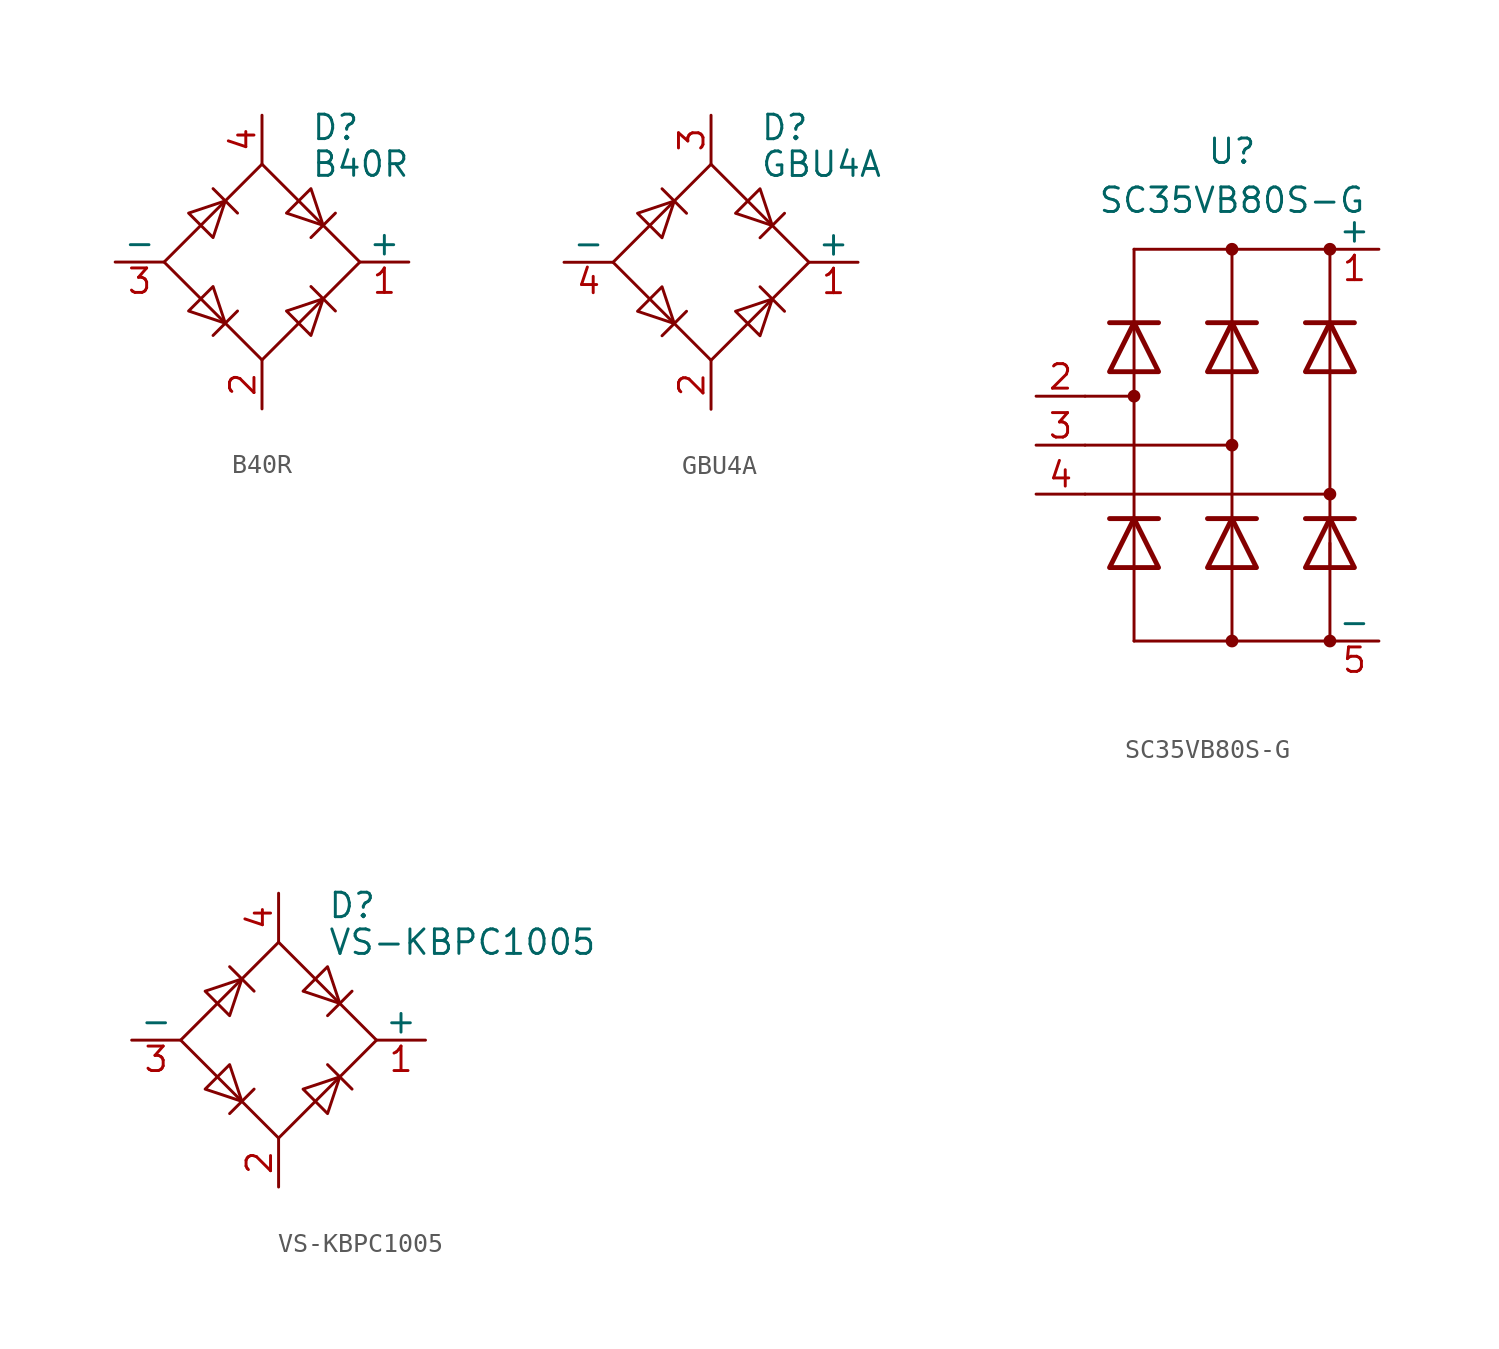
<source format=kicad_sym>
(kicad_symbol_lib
  (version 20231120)
  (generator "kicad_symbol_editor")
  (generator_version "8.0")
  (symbol "B40R"
    (pin_names
      (offset 0))
    (property "Reference" "D"
      (at 2.54 6.985 0)
      (effects (font (size 1.27 1.27)) (justify left)))
    (property "Value" "B40R"
      (at 2.54 5.08 0)
      (effects (font (size 1.27 1.27)) (justify left)))
    (symbol "B40R_0_1"
      (polyline (pts (xy -2.54 3.81) (xy -1.27 2.54)) (stroke (width 0) (type default)) (fill (type none)))
      (polyline (pts (xy -1.27 -2.54) (xy -2.54 -3.81)) (stroke (width 0) (type default)) (fill (type none)))
      (polyline (pts (xy 2.54 -1.27) (xy 3.81 -2.54)) (stroke (width 0) (type default)) (fill (type none)))
      (polyline (pts (xy 2.54 1.27) (xy 3.81 2.54)) (stroke (width 0) (type default)) (fill (type none)))
      (polyline (pts (xy -3.81 2.54) (xy -2.54 1.27) (xy -1.905 3.175) (xy -3.81 2.54)) (stroke (width 0) (type default)) (fill (type none)))
      (polyline (pts (xy -2.54 -1.27) (xy -3.81 -2.54) (xy -1.905 -3.175) (xy -2.54 -1.27)) (stroke (width 0) (type default)) (fill (type none)))
      (polyline (pts (xy 1.27 2.54) (xy 2.54 3.81) (xy 3.175 1.905) (xy 1.27 2.54)) (stroke (width 0) (type default)) (fill (type none)))
      (polyline (pts (xy 3.175 -1.905) (xy 1.27 -2.54) (xy 2.54 -3.81) (xy 3.175 -1.905)) (stroke (width 0) (type default)) (fill (type none)))
      (polyline (pts (xy -5.08 0) (xy 0 -5.08) (xy 5.08 0) (xy 0 5.08) (xy -5.08 0)) (stroke (width 0) (type default)) (fill (type none))))
    (symbol "B40R_1_1"
      (pin passive line (at 7.62 0 180) (length 2.54) (name "+" (effects (font (size 1.27 1.27)))) (number "1" (effects (font (size 1.27 1.27)))))
      (pin passive line (at 0 -7.62 90) (length 2.54) (name "~" (effects (font (size 1.27 1.27)))) (number "2" (effects (font (size 1.27 1.27)))))
      (pin passive line (at -7.62 0 0) (length 2.54) (name "-" (effects (font (size 1.27 1.27)))) (number "3" (effects (font (size 1.27 1.27)))))
      (pin passive line (at 0 7.62 270) (length 2.54) (name "~" (effects (font (size 1.27 1.27)))) (number "4" (effects (font (size 1.27 1.27)))))))
  (symbol "GBU4A"
    (pin_names
      (offset 0))
    (property "Reference" "D"
      (at 2.54 6.985 0)
      (effects (font (size 1.27 1.27)) (justify left)))
    (property "Value" "GBU4A"
      (at 2.54 5.08 0)
      (effects (font (size 1.27 1.27)) (justify left)))
    (symbol "GBU4A_0_1"
      (polyline (pts (xy -2.54 3.81) (xy -1.27 2.54)) (stroke (width 0) (type default)) (fill (type none)))
      (polyline (pts (xy -1.27 -2.54) (xy -2.54 -3.81)) (stroke (width 0) (type default)) (fill (type none)))
      (polyline (pts (xy 2.54 -1.27) (xy 3.81 -2.54)) (stroke (width 0) (type default)) (fill (type none)))
      (polyline (pts (xy 2.54 1.27) (xy 3.81 2.54)) (stroke (width 0) (type default)) (fill (type none)))
      (polyline (pts (xy -3.81 2.54) (xy -2.54 1.27) (xy -1.905 3.175) (xy -3.81 2.54)) (stroke (width 0) (type default)) (fill (type none)))
      (polyline (pts (xy -2.54 -1.27) (xy -3.81 -2.54) (xy -1.905 -3.175) (xy -2.54 -1.27)) (stroke (width 0) (type default)) (fill (type none)))
      (polyline (pts (xy 1.27 2.54) (xy 2.54 3.81) (xy 3.175 1.905) (xy 1.27 2.54)) (stroke (width 0) (type default)) (fill (type none)))
      (polyline (pts (xy 3.175 -1.905) (xy 1.27 -2.54) (xy 2.54 -3.81) (xy 3.175 -1.905)) (stroke (width 0) (type default)) (fill (type none)))
      (polyline (pts (xy -5.08 0) (xy 0 -5.08) (xy 5.08 0) (xy 0 5.08) (xy -5.08 0)) (stroke (width 0) (type default)) (fill (type none))))
    (symbol "GBU4A_1_1"
      (pin passive line (at 7.62 0 180) (length 2.54) (name "+" (effects (font (size 1.27 1.27)))) (number "1" (effects (font (size 1.27 1.27)))))
      (pin passive line (at 0 -7.62 90) (length 2.54) (name "~" (effects (font (size 1.27 1.27)))) (number "2" (effects (font (size 1.27 1.27)))))
      (pin passive line (at 0 7.62 270) (length 2.54) (name "~" (effects (font (size 1.27 1.27)))) (number "3" (effects (font (size 1.27 1.27)))))
      (pin passive line (at -7.62 0 0) (length 2.54) (name "-" (effects (font (size 1.27 1.27)))) (number "4" (effects (font (size 1.27 1.27)))))))
  (symbol "SC35VB80S-G"
    (pin_names
      (offset 0))
    (property "Reference" "U"
      (at 0 15.24 0)
      (effects (font (size 1.27 1.27))))
    (property "Value" "SC35VB80S-G"
      (at 0 12.7 0)
      (effects (font (size 1.27 1.27))))
    (symbol "SC35VB80S-G_1_1"
      (circle (center -5.08 2.54) (radius 0.254) (stroke (width 0) (type default)) (fill (type outline)))
      (circle (center 0 -10.16) (radius 0.254) (stroke (width 0) (type default)) (fill (type outline)))
      (polyline (pts (xy -7.62 -2.54) (xy 5.08 -2.54)) (stroke (width 0) (type default)) (fill (type none)))
      (polyline (pts (xy -7.62 0) (xy 0 0)) (stroke (width 0) (type default)) (fill (type none)))
      (polyline (pts (xy -7.62 2.54) (xy -5.08 2.54)) (stroke (width 0) (type default)) (fill (type none)))
      (polyline (pts (xy -5.08 -10.16) (xy 5.08 -10.16)) (stroke (width 0) (type default)) (fill (type none)))
      (polyline (pts (xy -5.08 -6.35) (xy -5.08 -10.16)) (stroke (width 0) (type default)) (fill (type none)))
      (polyline (pts (xy -5.08 -6.35) (xy -5.08 -3.81)) (stroke (width 0) (type default)) (fill (type none)))
      (polyline (pts (xy -5.08 3.81) (xy -5.08 -3.81)) (stroke (width 0) (type default)) (fill (type none)))
      (polyline (pts (xy -5.08 3.81) (xy -5.08 6.35)) (stroke (width 0) (type default)) (fill (type none)))
      (polyline (pts (xy -5.08 10.16) (xy -5.08 6.35)) (stroke (width 0) (type default)) (fill (type none)))
      (polyline (pts (xy -5.08 10.16) (xy 5.08 10.16)) (stroke (width 0) (type default)) (fill (type none)))
      (polyline (pts (xy -3.81 -3.81) (xy -6.35 -3.81)) (stroke (width 0.254) (type default)) (fill (type none)))
      (polyline (pts (xy -3.81 6.35) (xy -6.35 6.35)) (stroke (width 0.254) (type default)) (fill (type none)))
      (polyline (pts (xy 0 -6.35) (xy 0 -10.16)) (stroke (width 0) (type default)) (fill (type none)))
      (polyline (pts (xy 0 -6.35) (xy 0 -3.81)) (stroke (width 0) (type default)) (fill (type none)))
      (polyline (pts (xy 0 3.81) (xy 0 -3.81)) (stroke (width 0) (type default)) (fill (type none)))
      (polyline (pts (xy 0 3.81) (xy 0 6.35)) (stroke (width 0) (type default)) (fill (type none)))
      (polyline (pts (xy 0 6.35) (xy 0 10.16)) (stroke (width 0) (type default)) (fill (type none)))
      (polyline (pts (xy 1.27 -3.81) (xy -1.27 -3.81)) (stroke (width 0.254) (type default)) (fill (type none)))
      (polyline (pts (xy 1.27 6.35) (xy -1.27 6.35)) (stroke (width 0.254) (type default)) (fill (type none)))
      (polyline (pts (xy 5.08 -10.16) (xy 5.08 -5.08)) (stroke (width 0) (type default)) (fill (type none)))
      (polyline (pts (xy 5.08 -6.35) (xy 5.08 -3.81)) (stroke (width 0) (type default)) (fill (type none)))
      (polyline (pts (xy 5.08 3.81) (xy 5.08 -3.81)) (stroke (width 0) (type default)) (fill (type none)))
      (polyline (pts (xy 5.08 3.81) (xy 5.08 6.35)) (stroke (width 0) (type default)) (fill (type none)))
      (polyline (pts (xy 5.08 10.16) (xy 5.08 6.35)) (stroke (width 0) (type default)) (fill (type none)))
      (polyline (pts (xy 6.35 -3.81) (xy 3.81 -3.81)) (stroke (width 0.254) (type default)) (fill (type none)))
      (polyline (pts (xy 6.35 6.35) (xy 3.81 6.35)) (stroke (width 0.254) (type default)) (fill (type none)))
      (polyline (pts (xy -3.81 -6.35) (xy -6.35 -6.35) (xy -5.08 -3.81) (xy -3.81 -6.35)) (stroke (width 0.254) (type default)) (fill (type none)))
      (polyline (pts (xy -3.81 3.81) (xy -6.35 3.81) (xy -5.08 6.35) (xy -3.81 3.81)) (stroke (width 0.254) (type default)) (fill (type none)))
      (polyline (pts (xy 1.27 -6.35) (xy -1.27 -6.35) (xy 0 -3.81) (xy 1.27 -6.35)) (stroke (width 0.254) (type default)) (fill (type none)))
      (polyline (pts (xy 1.27 3.81) (xy -1.27 3.81) (xy 0 6.35) (xy 1.27 3.81)) (stroke (width 0.254) (type default)) (fill (type none)))
      (polyline (pts (xy 6.35 -6.35) (xy 3.81 -6.35) (xy 5.08 -3.81) (xy 6.35 -6.35)) (stroke (width 0.254) (type default)) (fill (type none)))
      (polyline (pts (xy 6.35 3.81) (xy 3.81 3.81) (xy 5.08 6.35) (xy 6.35 3.81)) (stroke (width 0.254) (type default)) (fill (type none)))
      (circle (center 0 0) (radius 0.254) (stroke (width 0) (type default)) (fill (type outline)))
      (circle (center 0 10.16) (radius 0.254) (stroke (width 0) (type default)) (fill (type outline)))
      (circle (center 5.08 -10.16) (radius 0.254) (stroke (width 0) (type default)) (fill (type outline)))
      (circle (center 5.08 -2.54) (radius 0.254) (stroke (width 0) (type default)) (fill (type outline)))
      (circle (center 5.08 10.16) (radius 0.254) (stroke (width 0) (type default)) (fill (type outline)))
      (pin passive line (at 7.62 10.16 180) (length 2.54) (name "+" (effects (font (size 1.27 1.27)))) (number "1" (effects (font (size 1.27 1.27)))))
      (pin passive line (at -10.16 2.54 0) (length 2.54) (name "~" (effects (font (size 1.27 1.27)))) (number "2" (effects (font (size 1.27 1.27)))))
      (pin passive line (at -10.16 0 0) (length 2.54) (name "~" (effects (font (size 1.27 1.27)))) (number "3" (effects (font (size 1.27 1.27)))))
      (pin passive line (at -10.16 -2.54 0) (length 2.54) (name "~" (effects (font (size 1.27 1.27)))) (number "4" (effects (font (size 1.27 1.27)))))
      (pin passive line (at 7.62 -10.16 180) (length 2.54) (name "-" (effects (font (size 1.27 1.27)))) (number "5" (effects (font (size 1.27 1.27)))))))
  (symbol "VS-KBPC1005"
    (pin_names
      (offset 0))
    (property "Reference" "D"
      (at 2.54 6.985 0)
      (effects (font (size 1.27 1.27)) (justify left)))
    (property "Value" "VS-KBPC1005"
      (at 2.54 5.08 0)
      (effects (font (size 1.27 1.27)) (justify left)))
    (symbol "VS-KBPC1005_0_1"
      (polyline (pts (xy -2.54 3.81) (xy -1.27 2.54)) (stroke (width 0) (type default)) (fill (type none)))
      (polyline (pts (xy -1.27 -2.54) (xy -2.54 -3.81)) (stroke (width 0) (type default)) (fill (type none)))
      (polyline (pts (xy 2.54 -1.27) (xy 3.81 -2.54)) (stroke (width 0) (type default)) (fill (type none)))
      (polyline (pts (xy 2.54 1.27) (xy 3.81 2.54)) (stroke (width 0) (type default)) (fill (type none)))
      (polyline (pts (xy -3.81 2.54) (xy -2.54 1.27) (xy -1.905 3.175) (xy -3.81 2.54)) (stroke (width 0) (type default)) (fill (type none)))
      (polyline (pts (xy -2.54 -1.27) (xy -3.81 -2.54) (xy -1.905 -3.175) (xy -2.54 -1.27)) (stroke (width 0) (type default)) (fill (type none)))
      (polyline (pts (xy 1.27 2.54) (xy 2.54 3.81) (xy 3.175 1.905) (xy 1.27 2.54)) (stroke (width 0) (type default)) (fill (type none)))
      (polyline (pts (xy 3.175 -1.905) (xy 1.27 -2.54) (xy 2.54 -3.81) (xy 3.175 -1.905)) (stroke (width 0) (type default)) (fill (type none)))
      (polyline (pts (xy -5.08 0) (xy 0 -5.08) (xy 5.08 0) (xy 0 5.08) (xy -5.08 0)) (stroke (width 0) (type default)) (fill (type none))))
    (symbol "VS-KBPC1005_1_1"
      (pin passive line (at 7.62 0 180) (length 2.54) (name "+" (effects (font (size 1.27 1.27)))) (number "1" (effects (font (size 1.27 1.27)))))
      (pin passive line (at 0 -7.62 90) (length 2.54) (name "~" (effects (font (size 1.27 1.27)))) (number "2" (effects (font (size 1.27 1.27)))))
      (pin passive line (at -7.62 0 0) (length 2.54) (name "-" (effects (font (size 1.27 1.27)))) (number "3" (effects (font (size 1.27 1.27)))))
      (pin passive line (at 0 7.62 270) (length 2.54) (name "~" (effects (font (size 1.27 1.27)))) (number "4" (effects (font (size 1.27 1.27))))))))
</source>
